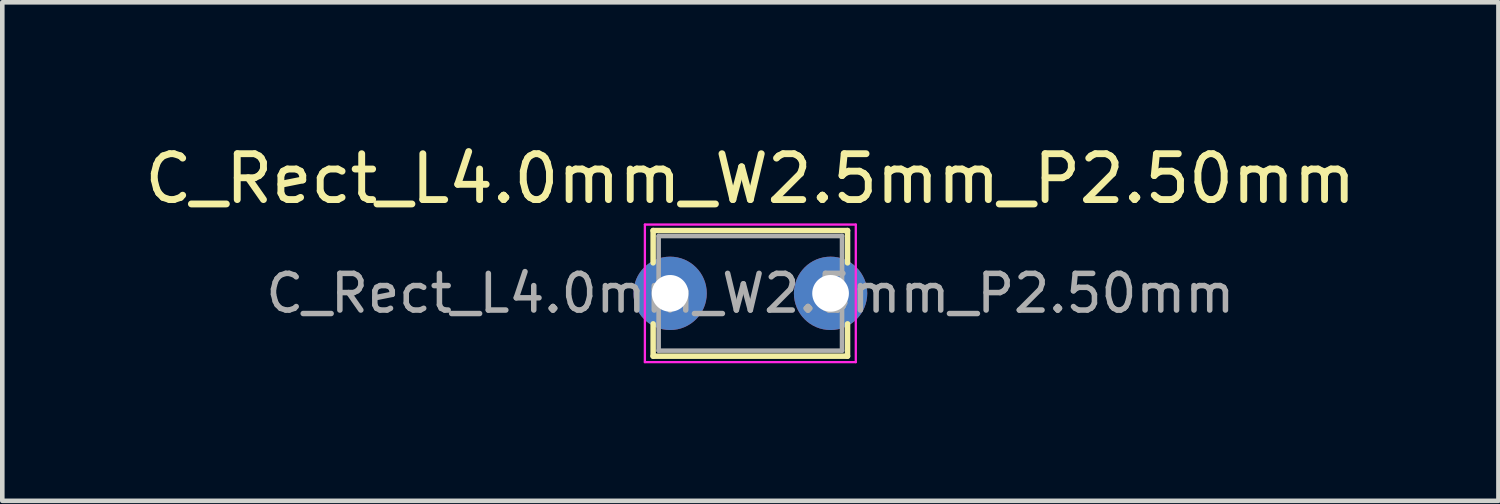
<source format=kicad_pcb>
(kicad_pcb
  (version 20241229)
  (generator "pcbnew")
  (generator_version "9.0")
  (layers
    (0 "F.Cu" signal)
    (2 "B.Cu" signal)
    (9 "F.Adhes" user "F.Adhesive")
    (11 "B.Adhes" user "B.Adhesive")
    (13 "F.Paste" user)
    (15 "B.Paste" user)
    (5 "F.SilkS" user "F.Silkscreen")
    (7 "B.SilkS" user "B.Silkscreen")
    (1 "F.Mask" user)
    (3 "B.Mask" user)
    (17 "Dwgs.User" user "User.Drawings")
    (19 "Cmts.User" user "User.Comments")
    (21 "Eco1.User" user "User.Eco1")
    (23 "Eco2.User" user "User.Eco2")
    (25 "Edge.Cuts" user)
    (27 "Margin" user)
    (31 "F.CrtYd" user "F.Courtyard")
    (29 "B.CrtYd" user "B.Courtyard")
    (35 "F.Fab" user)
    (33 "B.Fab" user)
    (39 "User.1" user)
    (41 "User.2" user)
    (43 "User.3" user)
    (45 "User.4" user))
  (footprint "C_Rect_L4.0mm_W2.5mm_P2.50mm"
    (layer "F.Cu")
    (at 12.065 3.348)
    (property "Reference" "C_Rect_L4.0mm_W2.5mm_P2.50mm" (at 1.25 -2.5 0) (layer "F.SilkS") (effects (font (size 1 1) (thickness 0.15))))
    (attr through_hole)
    (fp_line (start -0.87 -1.37) (end -0.87 -0.665) (stroke (width 0.12) (type solid)) (layer "F.SilkS"))
    (fp_line (start -0.87 -1.37) (end 3.37 -1.37) (stroke (width 0.12) (type solid)) (layer "F.SilkS"))
    (fp_line (start -0.87 0.665) (end -0.87 1.37) (stroke (width 0.12) (type solid)) (layer "F.SilkS"))
    (fp_line (start -0.87 1.37) (end 3.37 1.37) (stroke (width 0.12) (type solid)) (layer "F.SilkS"))
    (fp_line (start 3.37 -1.37) (end 3.37 -0.665) (stroke (width 0.12) (type solid)) (layer "F.SilkS"))
    (fp_line (start 3.37 0.665) (end 3.37 1.37) (stroke (width 0.12) (type solid)) (layer "F.SilkS"))
    (fp_line (start -1.05 -1.5) (end -1.05 1.5) (stroke (width 0.05) (type solid)) (layer "F.CrtYd"))
    (fp_line (start -1.05 1.5) (end 3.55 1.5) (stroke (width 0.05) (type solid)) (layer "F.CrtYd"))
    (fp_line (start 3.55 -1.5) (end -1.05 -1.5) (stroke (width 0.05) (type solid)) (layer "F.CrtYd"))
    (fp_line (start 3.55 1.5) (end 3.55 -1.5) (stroke (width 0.05) (type solid)) (layer "F.CrtYd"))
    (fp_line (start -0.75 -1.25) (end -0.75 1.25) (stroke (width 0.1) (type solid)) (layer "F.Fab"))
    (fp_line (start -0.75 1.25) (end 3.25 1.25) (stroke (width 0.1) (type solid)) (layer "F.Fab"))
    (fp_line (start 3.25 -1.25) (end -0.75 -1.25) (stroke (width 0.1) (type solid)) (layer "F.Fab"))
    (fp_line (start 3.25 1.25) (end 3.25 -1.25) (stroke (width 0.1) (type solid)) (layer "F.Fab"))
    (fp_text user "${REFERENCE}" (at 1.25 0 0) (layer "F.Fab") (effects (font (size 0.8 0.8) (thickness 0.12))))
    (pad "1" thru_hole circle (at -0.5 0) (size 1.6 1.6) (drill 0.8) (layers "*.Cu" "*.Mask"))
    (pad "2" thru_hole circle (at 3 0) (size 1.6 1.6) (drill 0.8) (layers "*.Cu" "*.Mask")))
  (gr_rect
    (start -3 -3)
    (end 29.631 7.873)
    (stroke (width 0.1) (type default))
    (fill no)
    (layer "Edge.Cuts")))
</source>
